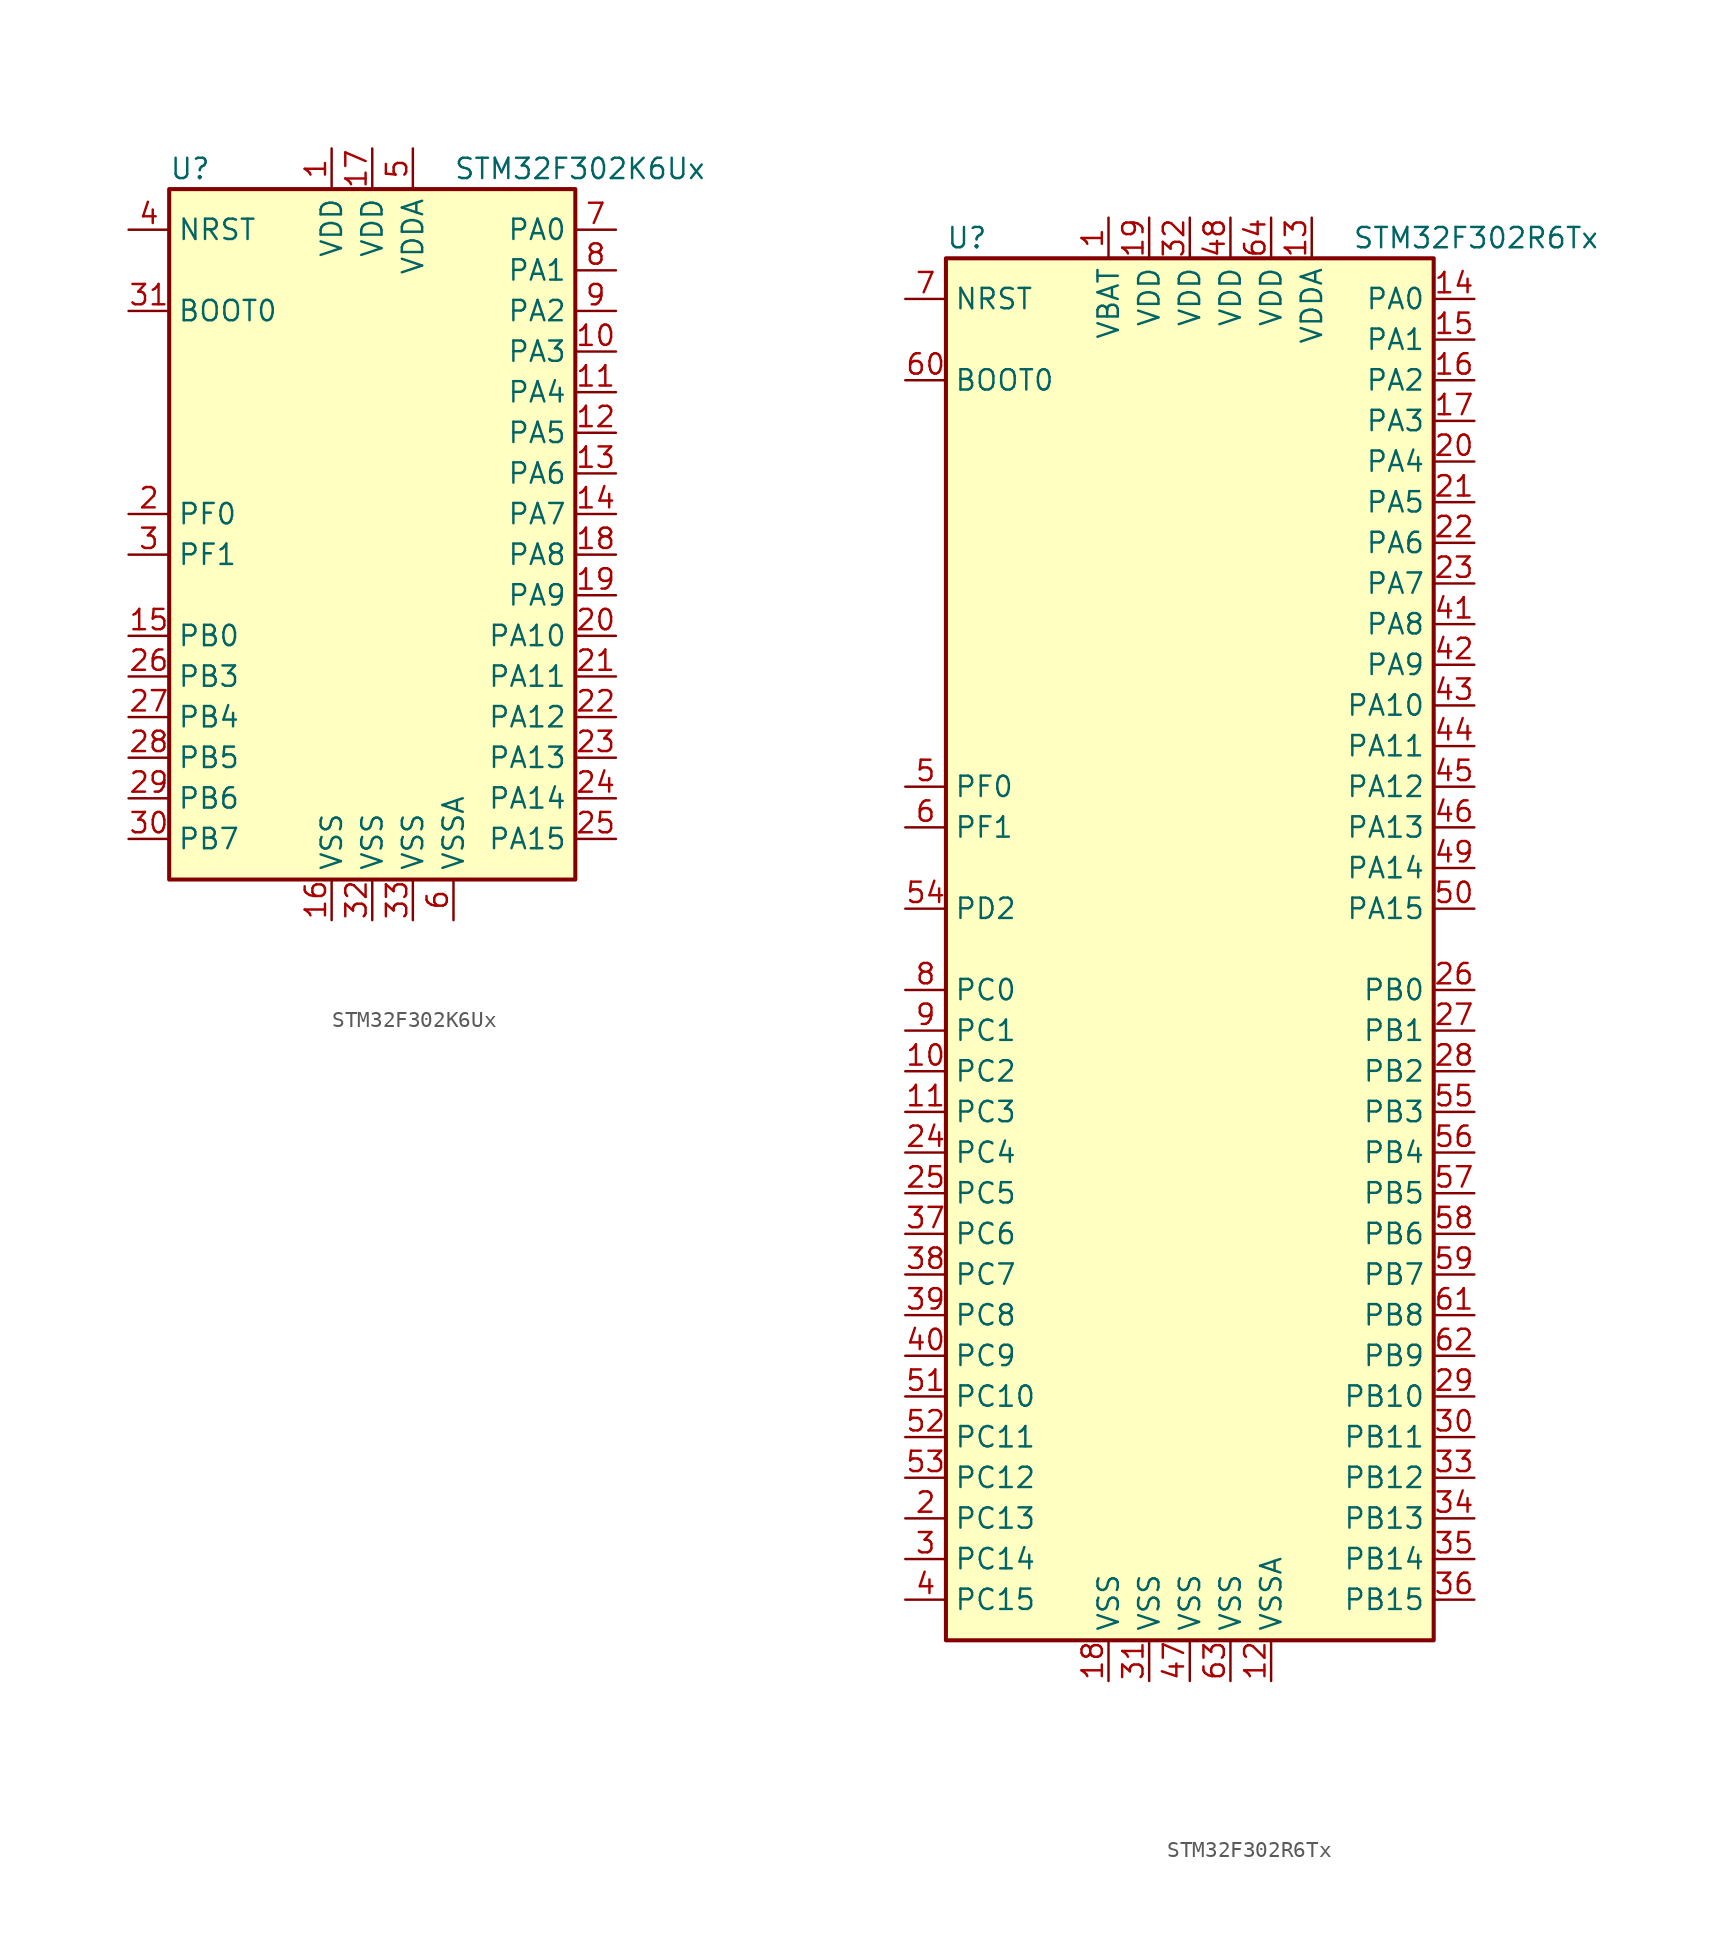
<source format=kicad_sym>
(kicad_symbol_lib
  (version 20201005)
  (generator kicad_symbol_editor)
  (symbol "MCU_ST_STM32F3:STM32F302K6Ux"
    (property "Reference" "U"
      (at -12.7 21.59 0)
      (effects (font (size 1.27 1.27)) (justify left)))
    (property "Value" "STM32F302K6Ux"
      (at 5.08 21.59 0)
      (effects (font (size 1.27 1.27)) (justify left)))
    (symbol "STM32F302K6Ux_0_1"
      (rectangle (start -12.7 -22.86) (end 12.7 20.32) (stroke (width 0.254)) (fill (type background))))
    (symbol "STM32F302K6Ux_1_1"
      (pin input line (at -15.24 12.7 0) (length 2.54) (name "BOOT0" (effects (font (size 1.27 1.27)))) (number "31" (effects (font (size 1.27 1.27)))))
      (pin input line (at -15.24 17.78 0) (length 2.54) (name "NRST" (effects (font (size 1.27 1.27)))) (number "4" (effects (font (size 1.27 1.27)))))
      (pin bidirectional line (at 15.24 17.78 180) (length 2.54) (name "PA0" (effects (font (size 1.27 1.27)))) (number "7" (effects (font (size 1.27 1.27)))))
      (pin bidirectional line (at 15.24 15.24 180) (length 2.54) (name "PA1" (effects (font (size 1.27 1.27)))) (number "8" (effects (font (size 1.27 1.27)))))
      (pin bidirectional line (at 15.24 -7.62 180) (length 2.54) (name "PA10" (effects (font (size 1.27 1.27)))) (number "20" (effects (font (size 1.27 1.27)))))
      (pin bidirectional line (at 15.24 -10.16 180) (length 2.54) (name "PA11" (effects (font (size 1.27 1.27)))) (number "21" (effects (font (size 1.27 1.27)))))
      (pin bidirectional line (at 15.24 -12.7 180) (length 2.54) (name "PA12" (effects (font (size 1.27 1.27)))) (number "22" (effects (font (size 1.27 1.27)))))
      (pin bidirectional line (at 15.24 -15.24 180) (length 2.54) (name "PA13" (effects (font (size 1.27 1.27)))) (number "23" (effects (font (size 1.27 1.27)))))
      (pin bidirectional line (at 15.24 -17.78 180) (length 2.54) (name "PA14" (effects (font (size 1.27 1.27)))) (number "24" (effects (font (size 1.27 1.27)))))
      (pin bidirectional line (at 15.24 -20.32 180) (length 2.54) (name "PA15" (effects (font (size 1.27 1.27)))) (number "25" (effects (font (size 1.27 1.27)))))
      (pin bidirectional line (at 15.24 12.7 180) (length 2.54) (name "PA2" (effects (font (size 1.27 1.27)))) (number "9" (effects (font (size 1.27 1.27)))))
      (pin bidirectional line (at 15.24 10.16 180) (length 2.54) (name "PA3" (effects (font (size 1.27 1.27)))) (number "10" (effects (font (size 1.27 1.27)))))
      (pin bidirectional line (at 15.24 7.62 180) (length 2.54) (name "PA4" (effects (font (size 1.27 1.27)))) (number "11" (effects (font (size 1.27 1.27)))))
      (pin bidirectional line (at 15.24 5.08 180) (length 2.54) (name "PA5" (effects (font (size 1.27 1.27)))) (number "12" (effects (font (size 1.27 1.27)))))
      (pin bidirectional line (at 15.24 2.54 180) (length 2.54) (name "PA6" (effects (font (size 1.27 1.27)))) (number "13" (effects (font (size 1.27 1.27)))))
      (pin bidirectional line (at 15.24 0 180) (length 2.54) (name "PA7" (effects (font (size 1.27 1.27)))) (number "14" (effects (font (size 1.27 1.27)))))
      (pin bidirectional line (at 15.24 -2.54 180) (length 2.54) (name "PA8" (effects (font (size 1.27 1.27)))) (number "18" (effects (font (size 1.27 1.27)))))
      (pin bidirectional line (at 15.24 -5.08 180) (length 2.54) (name "PA9" (effects (font (size 1.27 1.27)))) (number "19" (effects (font (size 1.27 1.27)))))
      (pin bidirectional line (at -15.24 -7.62 0) (length 2.54) (name "PB0" (effects (font (size 1.27 1.27)))) (number "15" (effects (font (size 1.27 1.27)))))
      (pin bidirectional line (at -15.24 -10.16 0) (length 2.54) (name "PB3" (effects (font (size 1.27 1.27)))) (number "26" (effects (font (size 1.27 1.27)))))
      (pin bidirectional line (at -15.24 -12.7 0) (length 2.54) (name "PB4" (effects (font (size 1.27 1.27)))) (number "27" (effects (font (size 1.27 1.27)))))
      (pin bidirectional line (at -15.24 -15.24 0) (length 2.54) (name "PB5" (effects (font (size 1.27 1.27)))) (number "28" (effects (font (size 1.27 1.27)))))
      (pin bidirectional line (at -15.24 -17.78 0) (length 2.54) (name "PB6" (effects (font (size 1.27 1.27)))) (number "29" (effects (font (size 1.27 1.27)))))
      (pin bidirectional line (at -15.24 -20.32 0) (length 2.54) (name "PB7" (effects (font (size 1.27 1.27)))) (number "30" (effects (font (size 1.27 1.27)))))
      (pin input line (at -15.24 0 0) (length 2.54) (name "PF0" (effects (font (size 1.27 1.27)))) (number "2" (effects (font (size 1.27 1.27)))))
      (pin input line (at -15.24 -2.54 0) (length 2.54) (name "PF1" (effects (font (size 1.27 1.27)))) (number "3" (effects (font (size 1.27 1.27)))))
      (pin power_in line (at -2.54 22.86 270) (length 2.54) (name "VDD" (effects (font (size 1.27 1.27)))) (number "1" (effects (font (size 1.27 1.27)))))
      (pin power_in line (at 0 22.86 270) (length 2.54) (name "VDD" (effects (font (size 1.27 1.27)))) (number "17" (effects (font (size 1.27 1.27)))))
      (pin power_in line (at 2.54 22.86 270) (length 2.54) (name "VDDA" (effects (font (size 1.27 1.27)))) (number "5" (effects (font (size 1.27 1.27)))))
      (pin power_in line (at -2.54 -25.4 90) (length 2.54) (name "VSS" (effects (font (size 1.27 1.27)))) (number "16" (effects (font (size 1.27 1.27)))))
      (pin power_in line (at 0 -25.4 90) (length 2.54) (name "VSS" (effects (font (size 1.27 1.27)))) (number "32" (effects (font (size 1.27 1.27)))))
      (pin power_in line (at 2.54 -25.4 90) (length 2.54) (name "VSS" (effects (font (size 1.27 1.27)))) (number "33" (effects (font (size 1.27 1.27)))))
      (pin power_in line (at 5.08 -25.4 90) (length 2.54) (name "VSSA" (effects (font (size 1.27 1.27)))) (number "6" (effects (font (size 1.27 1.27)))))))
  (symbol "MCU_ST_STM32F3:STM32F302R6Tx"
    (property "Reference" "U"
      (at -15.24 44.45 0)
      (effects (font (size 1.27 1.27)) (justify left)))
    (property "Value" "STM32F302R6Tx"
      (at 10.16 44.45 0)
      (effects (font (size 1.27 1.27)) (justify left)))
    (symbol "STM32F302R6Tx_0_1"
      (rectangle (start -15.24 -43.18) (end 15.24 43.18) (stroke (width 0.254)) (fill (type background))))
    (symbol "STM32F302R6Tx_1_1"
      (pin input line (at -17.78 35.56 0) (length 2.54) (name "BOOT0" (effects (font (size 1.27 1.27)))) (number "60" (effects (font (size 1.27 1.27)))))
      (pin input line (at -17.78 40.64 0) (length 2.54) (name "NRST" (effects (font (size 1.27 1.27)))) (number "7" (effects (font (size 1.27 1.27)))))
      (pin bidirectional line (at 17.78 40.64 180) (length 2.54) (name "PA0" (effects (font (size 1.27 1.27)))) (number "14" (effects (font (size 1.27 1.27)))))
      (pin bidirectional line (at 17.78 38.1 180) (length 2.54) (name "PA1" (effects (font (size 1.27 1.27)))) (number "15" (effects (font (size 1.27 1.27)))))
      (pin bidirectional line (at 17.78 15.24 180) (length 2.54) (name "PA10" (effects (font (size 1.27 1.27)))) (number "43" (effects (font (size 1.27 1.27)))))
      (pin bidirectional line (at 17.78 12.7 180) (length 2.54) (name "PA11" (effects (font (size 1.27 1.27)))) (number "44" (effects (font (size 1.27 1.27)))))
      (pin bidirectional line (at 17.78 10.16 180) (length 2.54) (name "PA12" (effects (font (size 1.27 1.27)))) (number "45" (effects (font (size 1.27 1.27)))))
      (pin bidirectional line (at 17.78 7.62 180) (length 2.54) (name "PA13" (effects (font (size 1.27 1.27)))) (number "46" (effects (font (size 1.27 1.27)))))
      (pin bidirectional line (at 17.78 5.08 180) (length 2.54) (name "PA14" (effects (font (size 1.27 1.27)))) (number "49" (effects (font (size 1.27 1.27)))))
      (pin bidirectional line (at 17.78 2.54 180) (length 2.54) (name "PA15" (effects (font (size 1.27 1.27)))) (number "50" (effects (font (size 1.27 1.27)))))
      (pin bidirectional line (at 17.78 35.56 180) (length 2.54) (name "PA2" (effects (font (size 1.27 1.27)))) (number "16" (effects (font (size 1.27 1.27)))))
      (pin bidirectional line (at 17.78 33.02 180) (length 2.54) (name "PA3" (effects (font (size 1.27 1.27)))) (number "17" (effects (font (size 1.27 1.27)))))
      (pin bidirectional line (at 17.78 30.48 180) (length 2.54) (name "PA4" (effects (font (size 1.27 1.27)))) (number "20" (effects (font (size 1.27 1.27)))))
      (pin bidirectional line (at 17.78 27.94 180) (length 2.54) (name "PA5" (effects (font (size 1.27 1.27)))) (number "21" (effects (font (size 1.27 1.27)))))
      (pin bidirectional line (at 17.78 25.4 180) (length 2.54) (name "PA6" (effects (font (size 1.27 1.27)))) (number "22" (effects (font (size 1.27 1.27)))))
      (pin bidirectional line (at 17.78 22.86 180) (length 2.54) (name "PA7" (effects (font (size 1.27 1.27)))) (number "23" (effects (font (size 1.27 1.27)))))
      (pin bidirectional line (at 17.78 20.32 180) (length 2.54) (name "PA8" (effects (font (size 1.27 1.27)))) (number "41" (effects (font (size 1.27 1.27)))))
      (pin bidirectional line (at 17.78 17.78 180) (length 2.54) (name "PA9" (effects (font (size 1.27 1.27)))) (number "42" (effects (font (size 1.27 1.27)))))
      (pin bidirectional line (at 17.78 -2.54 180) (length 2.54) (name "PB0" (effects (font (size 1.27 1.27)))) (number "26" (effects (font (size 1.27 1.27)))))
      (pin bidirectional line (at 17.78 -5.08 180) (length 2.54) (name "PB1" (effects (font (size 1.27 1.27)))) (number "27" (effects (font (size 1.27 1.27)))))
      (pin bidirectional line (at 17.78 -27.94 180) (length 2.54) (name "PB10" (effects (font (size 1.27 1.27)))) (number "29" (effects (font (size 1.27 1.27)))))
      (pin bidirectional line (at 17.78 -30.48 180) (length 2.54) (name "PB11" (effects (font (size 1.27 1.27)))) (number "30" (effects (font (size 1.27 1.27)))))
      (pin bidirectional line (at 17.78 -33.02 180) (length 2.54) (name "PB12" (effects (font (size 1.27 1.27)))) (number "33" (effects (font (size 1.27 1.27)))))
      (pin bidirectional line (at 17.78 -35.56 180) (length 2.54) (name "PB13" (effects (font (size 1.27 1.27)))) (number "34" (effects (font (size 1.27 1.27)))))
      (pin bidirectional line (at 17.78 -38.1 180) (length 2.54) (name "PB14" (effects (font (size 1.27 1.27)))) (number "35" (effects (font (size 1.27 1.27)))))
      (pin bidirectional line (at 17.78 -40.64 180) (length 2.54) (name "PB15" (effects (font (size 1.27 1.27)))) (number "36" (effects (font (size 1.27 1.27)))))
      (pin bidirectional line (at 17.78 -7.62 180) (length 2.54) (name "PB2" (effects (font (size 1.27 1.27)))) (number "28" (effects (font (size 1.27 1.27)))))
      (pin bidirectional line (at 17.78 -10.16 180) (length 2.54) (name "PB3" (effects (font (size 1.27 1.27)))) (number "55" (effects (font (size 1.27 1.27)))))
      (pin bidirectional line (at 17.78 -12.7 180) (length 2.54) (name "PB4" (effects (font (size 1.27 1.27)))) (number "56" (effects (font (size 1.27 1.27)))))
      (pin bidirectional line (at 17.78 -15.24 180) (length 2.54) (name "PB5" (effects (font (size 1.27 1.27)))) (number "57" (effects (font (size 1.27 1.27)))))
      (pin bidirectional line (at 17.78 -17.78 180) (length 2.54) (name "PB6" (effects (font (size 1.27 1.27)))) (number "58" (effects (font (size 1.27 1.27)))))
      (pin bidirectional line (at 17.78 -20.32 180) (length 2.54) (name "PB7" (effects (font (size 1.27 1.27)))) (number "59" (effects (font (size 1.27 1.27)))))
      (pin bidirectional line (at 17.78 -22.86 180) (length 2.54) (name "PB8" (effects (font (size 1.27 1.27)))) (number "61" (effects (font (size 1.27 1.27)))))
      (pin bidirectional line (at 17.78 -25.4 180) (length 2.54) (name "PB9" (effects (font (size 1.27 1.27)))) (number "62" (effects (font (size 1.27 1.27)))))
      (pin bidirectional line (at -17.78 -2.54 0) (length 2.54) (name "PC0" (effects (font (size 1.27 1.27)))) (number "8" (effects (font (size 1.27 1.27)))))
      (pin bidirectional line (at -17.78 -5.08 0) (length 2.54) (name "PC1" (effects (font (size 1.27 1.27)))) (number "9" (effects (font (size 1.27 1.27)))))
      (pin bidirectional line (at -17.78 -27.94 0) (length 2.54) (name "PC10" (effects (font (size 1.27 1.27)))) (number "51" (effects (font (size 1.27 1.27)))))
      (pin bidirectional line (at -17.78 -30.48 0) (length 2.54) (name "PC11" (effects (font (size 1.27 1.27)))) (number "52" (effects (font (size 1.27 1.27)))))
      (pin bidirectional line (at -17.78 -33.02 0) (length 2.54) (name "PC12" (effects (font (size 1.27 1.27)))) (number "53" (effects (font (size 1.27 1.27)))))
      (pin bidirectional line (at -17.78 -35.56 0) (length 2.54) (name "PC13" (effects (font (size 1.27 1.27)))) (number "2" (effects (font (size 1.27 1.27)))))
      (pin bidirectional line (at -17.78 -38.1 0) (length 2.54) (name "PC14" (effects (font (size 1.27 1.27)))) (number "3" (effects (font (size 1.27 1.27)))))
      (pin bidirectional line (at -17.78 -40.64 0) (length 2.54) (name "PC15" (effects (font (size 1.27 1.27)))) (number "4" (effects (font (size 1.27 1.27)))))
      (pin bidirectional line (at -17.78 -7.62 0) (length 2.54) (name "PC2" (effects (font (size 1.27 1.27)))) (number "10" (effects (font (size 1.27 1.27)))))
      (pin bidirectional line (at -17.78 -10.16 0) (length 2.54) (name "PC3" (effects (font (size 1.27 1.27)))) (number "11" (effects (font (size 1.27 1.27)))))
      (pin bidirectional line (at -17.78 -12.7 0) (length 2.54) (name "PC4" (effects (font (size 1.27 1.27)))) (number "24" (effects (font (size 1.27 1.27)))))
      (pin bidirectional line (at -17.78 -15.24 0) (length 2.54) (name "PC5" (effects (font (size 1.27 1.27)))) (number "25" (effects (font (size 1.27 1.27)))))
      (pin bidirectional line (at -17.78 -17.78 0) (length 2.54) (name "PC6" (effects (font (size 1.27 1.27)))) (number "37" (effects (font (size 1.27 1.27)))))
      (pin bidirectional line (at -17.78 -20.32 0) (length 2.54) (name "PC7" (effects (font (size 1.27 1.27)))) (number "38" (effects (font (size 1.27 1.27)))))
      (pin bidirectional line (at -17.78 -22.86 0) (length 2.54) (name "PC8" (effects (font (size 1.27 1.27)))) (number "39" (effects (font (size 1.27 1.27)))))
      (pin bidirectional line (at -17.78 -25.4 0) (length 2.54) (name "PC9" (effects (font (size 1.27 1.27)))) (number "40" (effects (font (size 1.27 1.27)))))
      (pin bidirectional line (at -17.78 2.54 0) (length 2.54) (name "PD2" (effects (font (size 1.27 1.27)))) (number "54" (effects (font (size 1.27 1.27)))))
      (pin input line (at -17.78 10.16 0) (length 2.54) (name "PF0" (effects (font (size 1.27 1.27)))) (number "5" (effects (font (size 1.27 1.27)))))
      (pin input line (at -17.78 7.62 0) (length 2.54) (name "PF1" (effects (font (size 1.27 1.27)))) (number "6" (effects (font (size 1.27 1.27)))))
      (pin power_in line (at -5.08 45.72 270) (length 2.54) (name "VBAT" (effects (font (size 1.27 1.27)))) (number "1" (effects (font (size 1.27 1.27)))))
      (pin power_in line (at -2.54 45.72 270) (length 2.54) (name "VDD" (effects (font (size 1.27 1.27)))) (number "19" (effects (font (size 1.27 1.27)))))
      (pin power_in line (at 0 45.72 270) (length 2.54) (name "VDD" (effects (font (size 1.27 1.27)))) (number "32" (effects (font (size 1.27 1.27)))))
      (pin power_in line (at 2.54 45.72 270) (length 2.54) (name "VDD" (effects (font (size 1.27 1.27)))) (number "48" (effects (font (size 1.27 1.27)))))
      (pin power_in line (at 5.08 45.72 270) (length 2.54) (name "VDD" (effects (font (size 1.27 1.27)))) (number "64" (effects (font (size 1.27 1.27)))))
      (pin power_in line (at 7.62 45.72 270) (length 2.54) (name "VDDA" (effects (font (size 1.27 1.27)))) (number "13" (effects (font (size 1.27 1.27)))))
      (pin power_in line (at -5.08 -45.72 90) (length 2.54) (name "VSS" (effects (font (size 1.27 1.27)))) (number "18" (effects (font (size 1.27 1.27)))))
      (pin power_in line (at -2.54 -45.72 90) (length 2.54) (name "VSS" (effects (font (size 1.27 1.27)))) (number "31" (effects (font (size 1.27 1.27)))))
      (pin power_in line (at 0 -45.72 90) (length 2.54) (name "VSS" (effects (font (size 1.27 1.27)))) (number "47" (effects (font (size 1.27 1.27)))))
      (pin power_in line (at 2.54 -45.72 90) (length 2.54) (name "VSS" (effects (font (size 1.27 1.27)))) (number "63" (effects (font (size 1.27 1.27)))))
      (pin power_in line (at 5.08 -45.72 90) (length 2.54) (name "VSSA" (effects (font (size 1.27 1.27)))) (number "12" (effects (font (size 1.27 1.27))))))))
</source>
